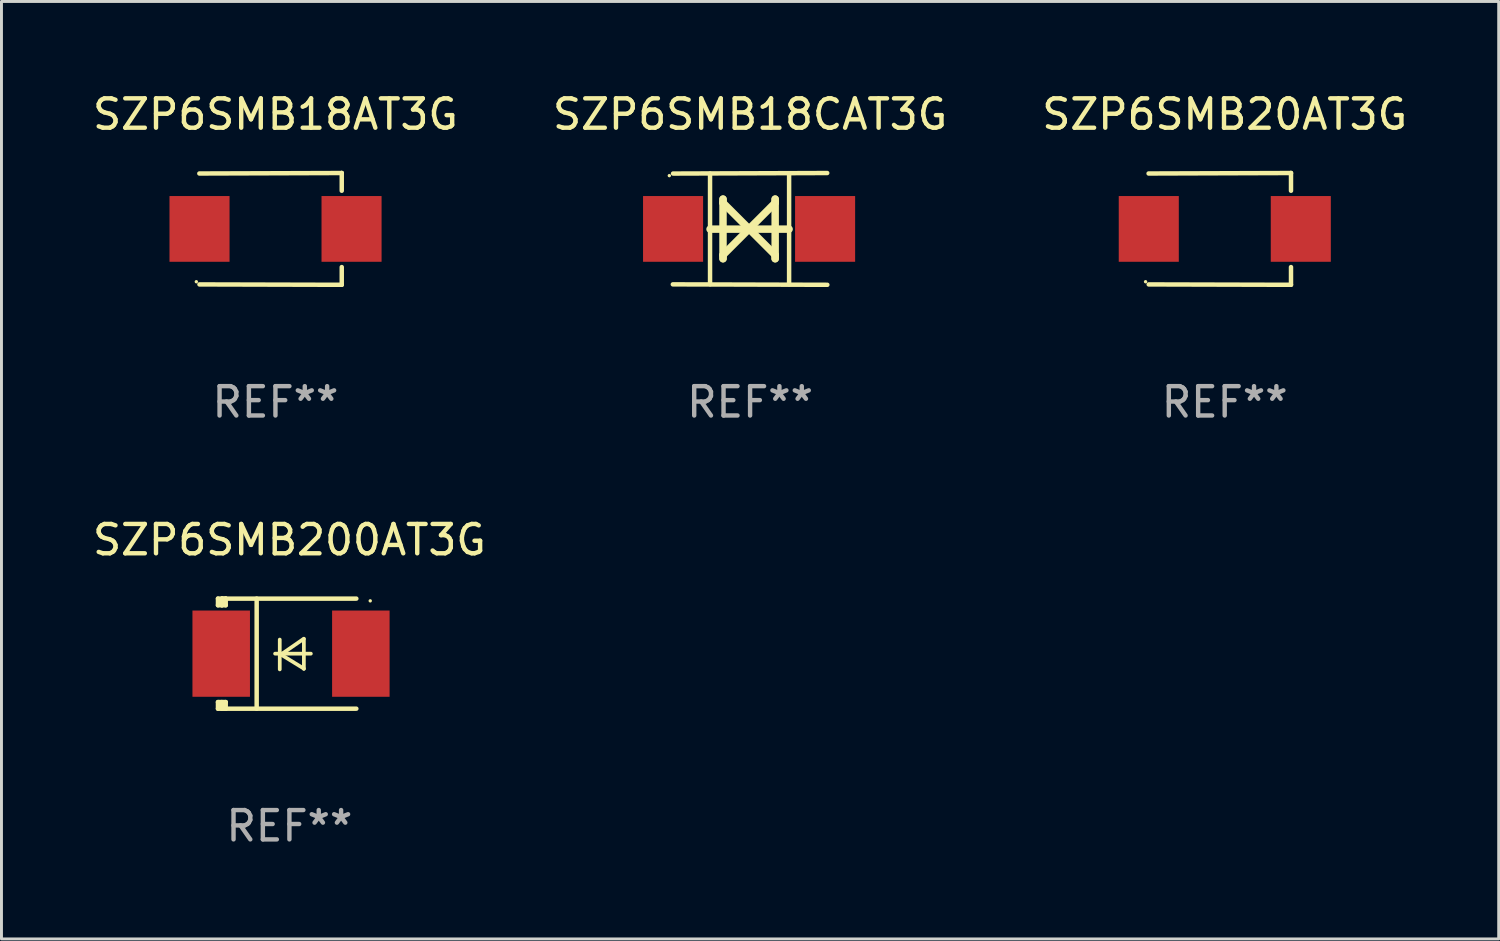
<source format=kicad_pcb>
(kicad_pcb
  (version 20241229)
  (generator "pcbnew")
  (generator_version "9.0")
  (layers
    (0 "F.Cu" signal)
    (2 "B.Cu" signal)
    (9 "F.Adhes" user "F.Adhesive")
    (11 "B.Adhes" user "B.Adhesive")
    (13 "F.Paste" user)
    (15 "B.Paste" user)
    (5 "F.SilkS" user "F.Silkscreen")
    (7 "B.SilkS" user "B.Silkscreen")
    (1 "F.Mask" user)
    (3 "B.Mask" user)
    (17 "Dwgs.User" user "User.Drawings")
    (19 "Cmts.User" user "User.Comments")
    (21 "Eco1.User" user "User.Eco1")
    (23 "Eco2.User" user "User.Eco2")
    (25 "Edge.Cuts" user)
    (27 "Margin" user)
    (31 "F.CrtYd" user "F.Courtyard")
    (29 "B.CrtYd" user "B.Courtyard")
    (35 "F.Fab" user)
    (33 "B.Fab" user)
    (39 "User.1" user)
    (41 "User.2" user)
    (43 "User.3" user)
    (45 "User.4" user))
  (footprint "SZP6SMB18CAT3G"
    (layer "F.Cu")
    (at 22.518 4.753)
    (property "Reference" "SZP6SMB18CAT3G" (at 0 -3.905 0) (layer "F.SilkS") (effects (font (size 1 1) (thickness 0.15))))
    (attr through_hole)
    (fp_line (start -1.365 1.886) (end -1.365 -1.886) (stroke (width 0.152) (type solid)) (layer "F.SilkS"))
    (fp_line (start -1.365 0.008) (end 1.33 0.008) (stroke (width 0.254) (type solid)) (layer "F.SilkS"))
    (fp_line (start -0.923 -1.016) (end -0.923 1.016) (stroke (width 0.254) (type solid)) (layer "F.SilkS"))
    (fp_line (start -0.923 -0.889) (end -0.923 -1.016) (stroke (width 0.254) (type solid)) (layer "F.SilkS"))
    (fp_line (start -0.923 0.889) (end -0.034 0) (stroke (width 0.254) (type solid)) (layer "F.SilkS"))
    (fp_line (start -0.923 1.016) (end -0.923 0.889) (stroke (width 0.254) (type solid)) (layer "F.SilkS"))
    (fp_line (start -0.034 0) (end -0.923 -0.889) (stroke (width 0.254) (type solid)) (layer "F.SilkS"))
    (fp_line (start -0.034 0) (end 0.855 0.889) (stroke (width 0.254) (type solid)) (layer "F.SilkS"))
    (fp_line (start 0.855 -1.016) (end 0.855 -0.889) (stroke (width 0.254) (type solid)) (layer "F.SilkS"))
    (fp_line (start 0.855 -0.889) (end -0.034 0) (stroke (width 0.254) (type solid)) (layer "F.SilkS"))
    (fp_line (start 0.855 0.889) (end 0.855 1.016) (stroke (width 0.254) (type solid)) (layer "F.SilkS"))
    (fp_line (start 0.855 1.016) (end 0.855 -1.016) (stroke (width 0.254) (type solid)) (layer "F.SilkS"))
    (fp_line (start 1.33 1.886) (end 1.33 -1.886) (stroke (width 0.152) (type solid)) (layer "F.SilkS"))
    (fp_line (start 2.629 -1.905) (end -2.625 -1.887) (stroke (width 0.152) (type solid)) (layer "F.SilkS"))
    (fp_line (start 2.633 1.905) (end -2.633 1.89) (stroke (width 0.152) (type solid)) (layer "F.SilkS"))
    (fp_circle (center -2.753 -1.816) (end -2.723 -1.816) (stroke (width 0.06) (type solid)) (fill no) (layer "F.SilkS"))
    (fp_text user "REF**" (at 0 5.905 0) (layer "F.Fab") (effects (font (size 1 1) (thickness 0.15))))
    (pad "1" smd rect (at -2.625 0) (size 2.047 2.241) (layers "F.Cu" "F.Mask" "F.Paste"))
    (pad "2" smd rect (at 2.557 0) (size 2.047 2.241) (layers "F.Cu" "F.Mask" "F.Paste")))
  (footprint "SZP6SMB200AT3G"
    (layer "F.Cu")
    (at 6.815 19.231)
    (property "Reference" "SZP6SMB200AT3G" (at 0 -3.876 0) (layer "F.SilkS") (effects (font (size 1 1) (thickness 0.15))))
    (attr through_hole)
    (fp_line (start -2.435 1.65) (end -2.171 1.65) (stroke (width 0.152) (type solid)) (layer "F.SilkS"))
    (fp_line (start -2.435 1.876) (end -2.435 1.65) (stroke (width 0.152) (type solid)) (layer "F.SilkS"))
    (fp_line (start -2.435 -1.876) (end -2.171 -1.876) (stroke (width 0.152) (type solid)) (layer "F.SilkS"))
    (fp_line (start -2.435 -1.65) (end -2.435 -1.876) (stroke (width 0.152) (type solid)) (layer "F.SilkS"))
    (fp_line (start -2.305 -1.866) (end -2.295 -1.876) (stroke (width 0.152) (type solid)) (layer "F.SilkS"))
    (fp_line (start -2.305 -1.65) (end -2.305 -1.866) (stroke (width 0.152) (type solid)) (layer "F.SilkS"))
    (fp_line (start -2.305 1.876) (end -2.305 1.65) (stroke (width 0.152) (type solid)) (layer "F.SilkS"))
    (fp_line (start -2.295 -1.876) (end -2.295 -1.65) (stroke (width 0.152) (type solid)) (layer "F.SilkS"))
    (fp_line (start -2.171 1.876) (end -2.435 1.876) (stroke (width 0.152) (type solid)) (layer "F.SilkS"))
    (fp_line (start -2.171 -1.65) (end -2.435 -1.65) (stroke (width 0.152) (type solid)) (layer "F.SilkS"))
    (fp_line (start -2.171 -1.876) (end -2.295 -1.876) (stroke (width 0.152) (type solid)) (layer "F.SilkS"))
    (fp_line (start -2.171 -1.65) (end -2.171 -1.876) (stroke (width 0.152) (type solid)) (layer "F.SilkS"))
    (fp_line (start -2.171 1.876) (end -2.305 1.876) (stroke (width 0.152) (type solid)) (layer "F.SilkS"))
    (fp_line (start -2.171 1.876) (end -2.171 1.65) (stroke (width 0.152) (type solid)) (layer "F.SilkS"))
    (fp_line (start -1.116 1.876) (end -1.116 -1.876) (stroke (width 0.152) (type solid)) (layer "F.SilkS"))
    (fp_line (start -0.488 0.000102) (end 0.731 0.000102) (stroke (width 0.127) (type solid)) (layer "F.SilkS"))
    (fp_line (start -0.329 -0.48) (end -0.329 0.536) (stroke (width 0.127) (type solid)) (layer "F.SilkS"))
    (fp_line (start -0.29 0.03) (end 0.493 0.51) (stroke (width 0.127) (type solid)) (layer "F.SilkS"))
    (fp_line (start 0.493 -0.51) (end -0.29 0.03) (stroke (width 0.127) (type solid)) (layer "F.SilkS"))
    (fp_line (start 0.493 0.52) (end 0.493 -0.496) (stroke (width 0.127) (type solid)) (layer "F.SilkS"))
    (fp_line (start 2.281 -1.876) (end -2.171 -1.876) (stroke (width 0.152) (type solid)) (layer "F.SilkS"))
    (fp_line (start 2.281 1.876) (end -2.171 1.876) (stroke (width 0.152) (type solid)) (layer "F.SilkS"))
    (fp_circle (center 2.755 -1.8) (end 2.785 -1.8) (stroke (width 0.06) (type solid)) (fill no) (layer "F.SilkS"))
    (fp_text user "REF**" (at 0 5.876 0) (layer "F.Fab") (effects (font (size 1 1) (thickness 0.15))))
    (pad "1" smd rect (at 2.435 -0.000025 180) (size 1.96 2.94) (layers "F.Cu" "F.Mask" "F.Paste"))
    (pad "2" smd rect (at -2.325 -0.000025 180) (size 1.96 2.94) (layers "F.Cu" "F.Mask" "F.Paste")))
  (footprint "SZP6SMB18AT3G"
    (layer "F.Cu")
    (at 6.339 4.753)
    (property "Reference" "SZP6SMB18AT3G" (at 0 -3.905 0) (layer "F.SilkS") (effects (font (size 1 1) (thickness 0.15))))
    (attr through_hole)
    (fp_line (start 2.256 -1.905) (end -2.594 -1.889) (stroke (width 0.152) (type solid)) (layer "F.SilkS"))
    (fp_line (start 2.256 -1.905) (end 2.26 -1.905) (stroke (width 0.152) (type solid)) (layer "F.SilkS"))
    (fp_line (start 2.26 -1.905) (end 2.26 -1.301) (stroke (width 0.152) (type solid)) (layer "F.SilkS"))
    (fp_line (start 2.26 1.301) (end 2.26 1.905) (stroke (width 0.152) (type solid)) (layer "F.SilkS"))
    (fp_line (start 2.26 1.905) (end -2.59 1.892) (stroke (width 0.152) (type solid)) (layer "F.SilkS"))
    (fp_circle (center -2.697 1.8) (end -2.667 1.8) (stroke (width 0.06) (type solid)) (fill no) (layer "F.SilkS"))
    (fp_text user "REF**" (at 0 5.905 0) (layer "F.Fab") (effects (font (size 1 1) (thickness 0.15))))
    (pad "1" smd rect (at -2.588 0) (size 2.047 2.241) (layers "F.Cu" "F.Mask" "F.Paste"))
    (pad "2" smd rect (at 2.594 0) (size 2.047 2.241) (layers "F.Cu" "F.Mask" "F.Paste")))
  (footprint "SZP6SMB20AT3G"
    (layer "F.Cu")
    (at 38.696 4.753)
    (property "Reference" "SZP6SMB20AT3G" (at 0 -3.905 0) (layer "F.SilkS") (effects (font (size 1 1) (thickness 0.15))))
    (attr through_hole)
    (fp_line (start 2.256 -1.905) (end -2.594 -1.889) (stroke (width 0.152) (type solid)) (layer "F.SilkS"))
    (fp_line (start 2.256 -1.905) (end 2.26 -1.905) (stroke (width 0.152) (type solid)) (layer "F.SilkS"))
    (fp_line (start 2.26 -1.905) (end 2.26 -1.301) (stroke (width 0.152) (type solid)) (layer "F.SilkS"))
    (fp_line (start 2.26 1.301) (end 2.26 1.905) (stroke (width 0.152) (type solid)) (layer "F.SilkS"))
    (fp_line (start 2.26 1.905) (end -2.59 1.892) (stroke (width 0.152) (type solid)) (layer "F.SilkS"))
    (fp_circle (center -2.697 1.8) (end -2.667 1.8) (stroke (width 0.06) (type solid)) (fill no) (layer "F.SilkS"))
    (fp_text user "REF**" (at 0 5.905 0) (layer "F.Fab") (effects (font (size 1 1) (thickness 0.15))))
    (pad "1" smd rect (at -2.588 0) (size 2.047 2.241) (layers "F.Cu" "F.Mask" "F.Paste"))
    (pad "2" smd rect (at 2.594 0) (size 2.047 2.241) (layers "F.Cu" "F.Mask" "F.Paste")))
  (gr_rect
    (start -3 -3)
    (end 48.036 28.956)
    (stroke (width 0.1) (type default))
    (fill no)
    (layer "Edge.Cuts")))
</source>
